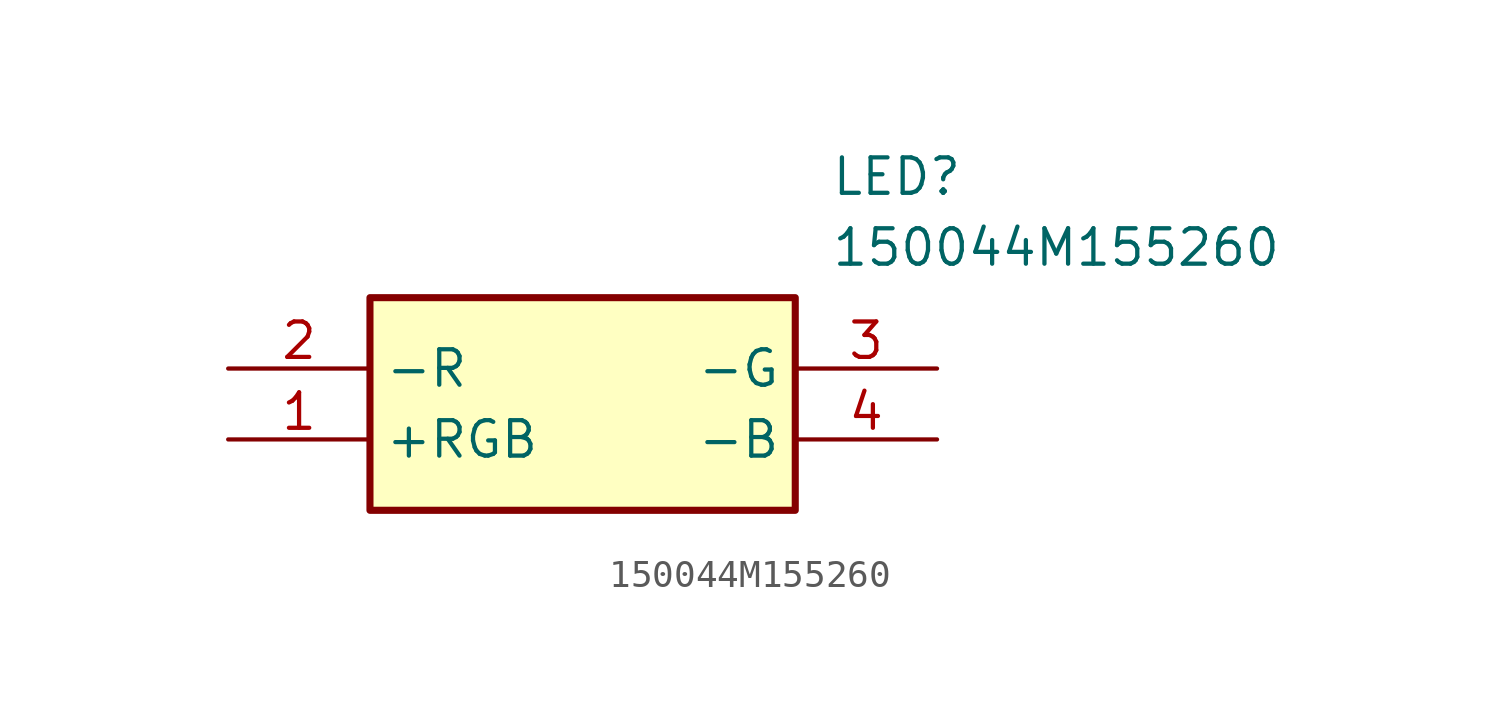
<source format=kicad_sym>
(kicad_symbol_lib
  (version 20211014)
  (generator SamacSys_ECAD_Model)
  (symbol "150044M155260"
    (property "Reference" "LED"
      (at 21.59 7.62 0)
      (effects (font (size 1.27 1.27)) (justify left top)))
    (property "Value" "150044M155260"
      (at 21.59 5.08 0)
      (effects (font (size 1.27 1.27)) (justify left top)))
    (rectangle
      (start 5.08 2.54)
      (end 20.32 -5.08)
      (stroke (width 0.254) (type default))
      (fill (type background)))
    (pin passive line
      (at 0 -2.54 0)
      (length 5.08)
      (name "+RGB" (effects (font (size 1.27 1.27))))
      (number "1" (effects (font (size 1.27 1.27)))))
    (pin passive line
      (at 0 0 0)
      (length 5.08)
      (name "-R" (effects (font (size 1.27 1.27))))
      (number "2" (effects (font (size 1.27 1.27)))))
    (pin passive line
      (at 25.4 0 180)
      (length 5.08)
      (name "-G" (effects (font (size 1.27 1.27))))
      (number "3" (effects (font (size 1.27 1.27)))))
    (pin passive line
      (at 25.4 -2.54 180)
      (length 5.08)
      (name "-B" (effects (font (size 1.27 1.27))))
      (number "4" (effects (font (size 1.27 1.27)))))))
</source>
